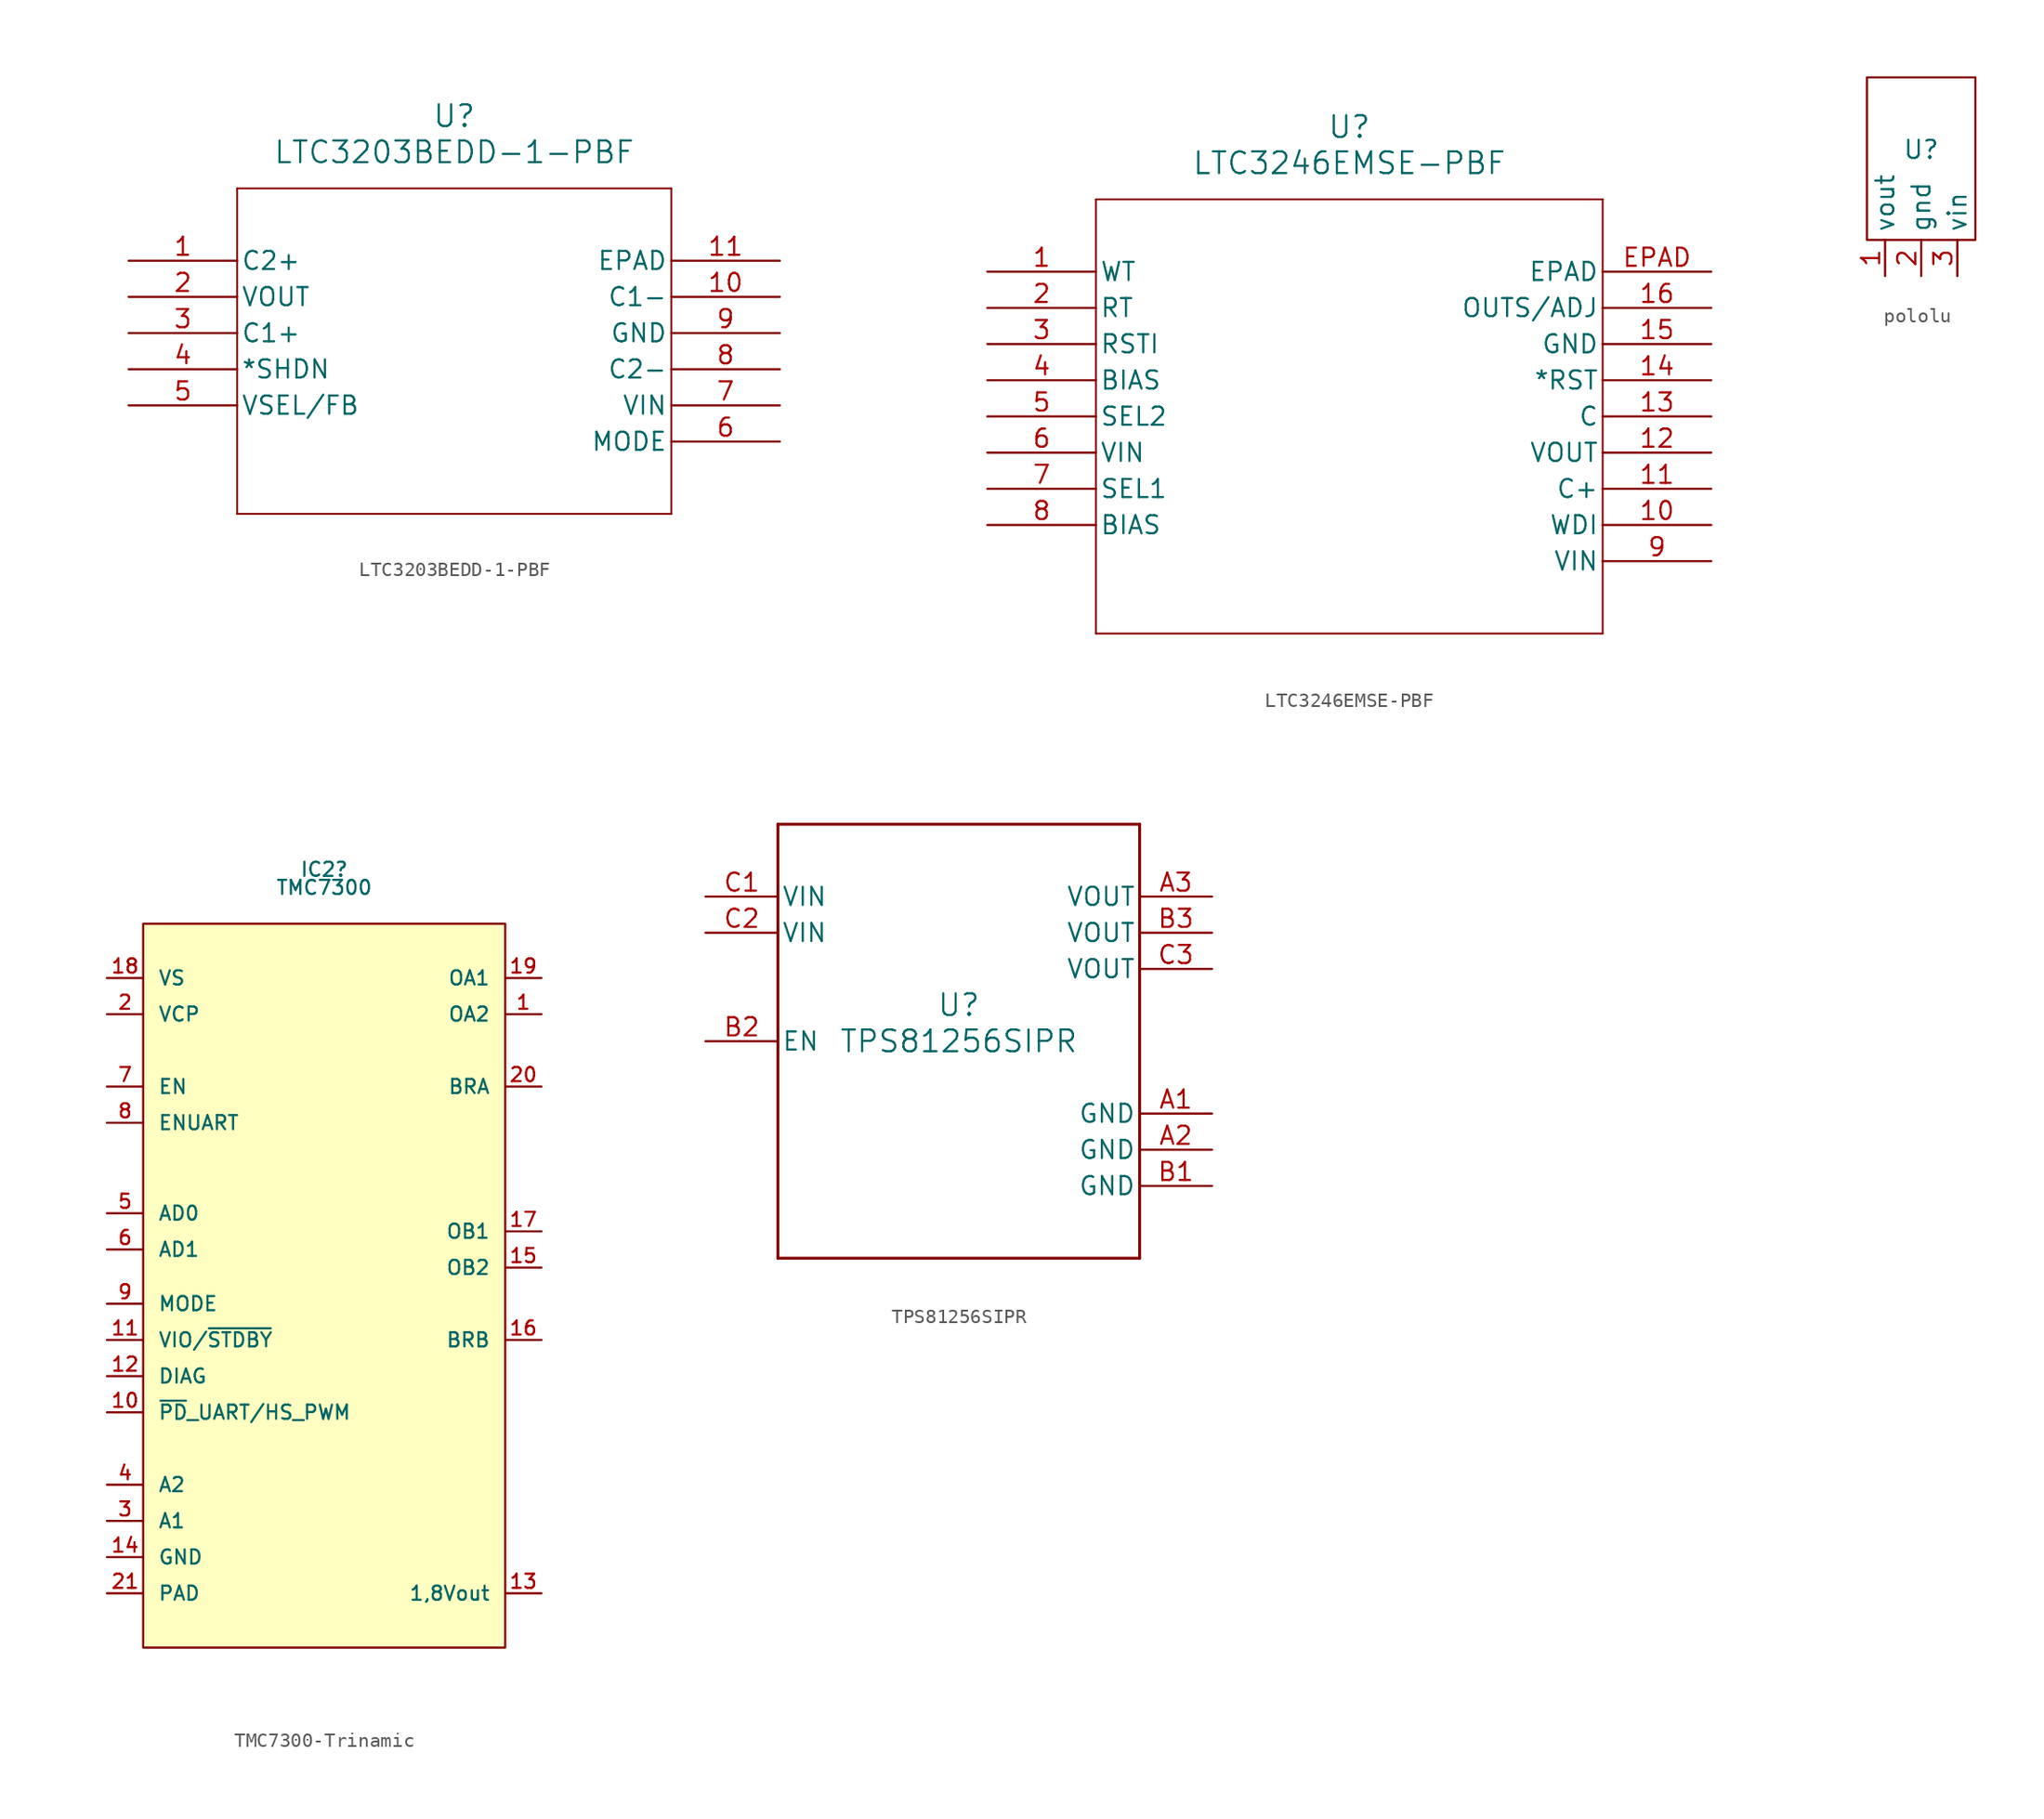
<source format=kicad_sym>
(kicad_symbol_lib
  (version 20220914)
  (generator kicad_symbol_editor)
  (symbol "LTC3203BEDD-1-PBF"
    (pin_names
      (offset 0.254))
    (property "Reference" "U"
      (at 22.86 10.16 0)
      (effects (font (size 1.524 1.524))))
    (property "Value" "LTC3203BEDD-1-PBF"
      (at 22.86 7.62 0)
      (effects (font (size 1.524 1.524))))
    (symbol "LTC3203BEDD-1-PBF_0_1"
      (polyline (pts (xy 7.62 -17.78) (xy 38.1 -17.78)) (stroke (width 0.127) (type default)) (fill (type none)))
      (polyline (pts (xy 7.62 5.08) (xy 7.62 -17.78)) (stroke (width 0.127) (type default)) (fill (type none)))
      (polyline (pts (xy 38.1 -17.78) (xy 38.1 5.08)) (stroke (width 0.127) (type default)) (fill (type none)))
      (polyline (pts (xy 38.1 5.08) (xy 7.62 5.08)) (stroke (width 0.127) (type default)) (fill (type none)))
      (pin unspecified line (at 0 0 0) (length 7.62) (name "C2+" (effects (font (size 1.27 1.27)))) (number "1" (effects (font (size 1.27 1.27)))))
      (pin unspecified line (at 45.72 -2.54 180) (length 7.62) (name "C1-" (effects (font (size 1.27 1.27)))) (number "10" (effects (font (size 1.27 1.27)))))
      (pin unspecified line (at 45.72 0 180) (length 7.62) (name "EPAD" (effects (font (size 1.27 1.27)))) (number "11" (effects (font (size 1.27 1.27)))))
      (pin output line (at 0 -2.54 0) (length 7.62) (name "VOUT" (effects (font (size 1.27 1.27)))) (number "2" (effects (font (size 1.27 1.27)))))
      (pin unspecified line (at 0 -5.08 0) (length 7.62) (name "C1+" (effects (font (size 1.27 1.27)))) (number "3" (effects (font (size 1.27 1.27)))))
      (pin input line (at 0 -7.62 0) (length 7.62) (name "*SHDN" (effects (font (size 1.27 1.27)))) (number "4" (effects (font (size 1.27 1.27)))))
      (pin output line (at 0 -10.16 0) (length 7.62) (name "VSEL/FB" (effects (font (size 1.27 1.27)))) (number "5" (effects (font (size 1.27 1.27)))))
      (pin input line (at 45.72 -12.7 180) (length 7.62) (name "MODE" (effects (font (size 1.27 1.27)))) (number "6" (effects (font (size 1.27 1.27)))))
      (pin input line (at 45.72 -10.16 180) (length 7.62) (name "VIN" (effects (font (size 1.27 1.27)))) (number "7" (effects (font (size 1.27 1.27)))))
      (pin unspecified line (at 45.72 -7.62 180) (length 7.62) (name "C2-" (effects (font (size 1.27 1.27)))) (number "8" (effects (font (size 1.27 1.27)))))
      (pin power_in line (at 45.72 -5.08 180) (length 7.62) (name "GND" (effects (font (size 1.27 1.27)))) (number "9" (effects (font (size 1.27 1.27)))))))
  (symbol "LTC3246EMSE-PBF"
    (pin_names
      (offset 0.254))
    (property "Reference" "U"
      (at 25.4 10.16 0)
      (effects (font (size 1.524 1.524))))
    (property "Value" "LTC3246EMSE-PBF"
      (at 25.4 7.62 0)
      (effects (font (size 1.524 1.524))))
    (symbol "LTC3246EMSE-PBF_0_1"
      (polyline (pts (xy 7.62 -25.4) (xy 43.18 -25.4)) (stroke (width 0.127) (type default)) (fill (type none)))
      (polyline (pts (xy 7.62 5.08) (xy 7.62 -25.4)) (stroke (width 0.127) (type default)) (fill (type none)))
      (polyline (pts (xy 43.18 -25.4) (xy 43.18 5.08)) (stroke (width 0.127) (type default)) (fill (type none)))
      (polyline (pts (xy 43.18 5.08) (xy 7.62 5.08)) (stroke (width 0.127) (type default)) (fill (type none)))
      (pin unspecified line (at 0 0 0) (length 7.62) (name "WT" (effects (font (size 1.27 1.27)))) (number "1" (effects (font (size 1.27 1.27)))))
      (pin input line (at 50.8 -17.78 180) (length 7.62) (name "WDI" (effects (font (size 1.27 1.27)))) (number "10" (effects (font (size 1.27 1.27)))))
      (pin unspecified line (at 50.8 -15.24 180) (length 7.62) (name "C+" (effects (font (size 1.27 1.27)))) (number "11" (effects (font (size 1.27 1.27)))))
      (pin output line (at 50.8 -12.7 180) (length 7.62) (name "VOUT" (effects (font (size 1.27 1.27)))) (number "12" (effects (font (size 1.27 1.27)))))
      (pin unspecified line (at 50.8 -10.16 180) (length 7.62) (name "C" (effects (font (size 1.27 1.27)))) (number "13" (effects (font (size 1.27 1.27)))))
      (pin output line (at 50.8 -7.62 180) (length 7.62) (name "*RST" (effects (font (size 1.27 1.27)))) (number "14" (effects (font (size 1.27 1.27)))))
      (pin power_out line (at 50.8 -5.08 180) (length 7.62) (name "GND" (effects (font (size 1.27 1.27)))) (number "15" (effects (font (size 1.27 1.27)))))
      (pin output line (at 50.8 -2.54 180) (length 7.62) (name "OUTS/ADJ" (effects (font (size 1.27 1.27)))) (number "16" (effects (font (size 1.27 1.27)))))
      (pin unspecified line (at 0 -2.54 0) (length 7.62) (name "RT" (effects (font (size 1.27 1.27)))) (number "2" (effects (font (size 1.27 1.27)))))
      (pin input line (at 0 -5.08 0) (length 7.62) (name "RSTI" (effects (font (size 1.27 1.27)))) (number "3" (effects (font (size 1.27 1.27)))))
      (pin unspecified line (at 0 -7.62 0) (length 7.62) (name "BIAS" (effects (font (size 1.27 1.27)))) (number "4" (effects (font (size 1.27 1.27)))))
      (pin unspecified line (at 0 -10.16 0) (length 7.62) (name "SEL2" (effects (font (size 1.27 1.27)))) (number "5" (effects (font (size 1.27 1.27)))))
      (pin input line (at 0 -12.7 0) (length 7.62) (name "VIN" (effects (font (size 1.27 1.27)))) (number "6" (effects (font (size 1.27 1.27)))))
      (pin input line (at 0 -15.24 0) (length 7.62) (name "SEL1" (effects (font (size 1.27 1.27)))) (number "7" (effects (font (size 1.27 1.27)))))
      (pin unspecified line (at 0 -17.78 0) (length 7.62) (name "BIAS" (effects (font (size 1.27 1.27)))) (number "8" (effects (font (size 1.27 1.27)))))
      (pin input line (at 50.8 -20.32 180) (length 7.62) (name "VIN" (effects (font (size 1.27 1.27)))) (number "9" (effects (font (size 1.27 1.27)))))
      (pin unspecified line (at 50.8 0 180) (length 7.62) (name "EPAD" (effects (font (size 1.27 1.27)))) (number "EPAD" (effects (font (size 1.27 1.27)))))))
  (symbol "pololu"
    (property "Reference" "U"
      (at 0 0 0)
      (effects (font (size 1.27 1.27))))
    (property "Value" ""
      (at 0 0 0)
      (effects (font (size 1.27 1.27))))
    (symbol "pololu_0_1"
      (rectangle (start -3.81 5.08) (end 3.81 -6.35) (stroke (width 0) (type default)) (fill (type none))))
    (symbol "pololu_1_1"
      (pin power_out line (at -2.54 -8.89 90) (length 2.54) (name "vout" (effects (font (size 1.27 1.27)))) (number "1" (effects (font (size 1.27 1.27)))))
      (pin input line (at 0 -8.89 90) (length 2.54) (name "gnd" (effects (font (size 1.27 1.27)))) (number "2" (effects (font (size 1.27 1.27)))))
      (pin power_in line (at 2.54 -8.89 90) (length 2.54) (name "vin" (effects (font (size 1.27 1.27)))) (number "3" (effects (font (size 1.27 1.27)))))))
  (symbol "TMC7300-Trinamic"
    (pin_names
      (offset 1.016))
    (property "Reference" "IC2"
      (at 0 29.21 0)
      (effects (font (size 0.991 0.991))))
    (property "Value" "TMC7300"
      (at 0 27.94 0)
      (effects (font (size 0.991 0.991))))
    (symbol "TMC7300-Trinamic_0_0"
      (pin unspecified line (at 15.24 19.05 180) (length 2.54) (name "OA2" (effects (font (size 0.991 0.991)))) (number "1" (effects (font (size 0.991 0.991)))))
      (pin unspecified line (at -15.24 -8.89 0) (length 2.54) (name "~{PD}_UART/HS_PWM" (effects (font (size 0.991 0.991)))) (number "10" (effects (font (size 0.991 0.991)))))
      (pin unspecified line (at -15.24 -3.81 0) (length 2.54) (name "VIO/~{STDBY}" (effects (font (size 0.991 0.991)))) (number "11" (effects (font (size 0.991 0.991)))))
      (pin unspecified line (at -15.24 -6.35 0) (length 2.54) (name "DIAG" (effects (font (size 0.991 0.991)))) (number "12" (effects (font (size 0.991 0.991)))))
      (pin unspecified line (at 15.24 -21.59 180) (length 2.54) (name "1,8Vout" (effects (font (size 0.991 0.991)))) (number "13" (effects (font (size 0.991 0.991)))))
      (pin unspecified line (at -15.24 -19.05 0) (length 2.54) (name "GND" (effects (font (size 0.991 0.991)))) (number "14" (effects (font (size 0.991 0.991)))))
      (pin unspecified line (at 15.24 1.27 180) (length 2.54) (name "OB2" (effects (font (size 0.991 0.991)))) (number "15" (effects (font (size 0.991 0.991)))))
      (pin unspecified line (at 15.24 -3.81 180) (length 2.54) (name "BRB" (effects (font (size 0.991 0.991)))) (number "16" (effects (font (size 0.991 0.991)))))
      (pin unspecified line (at 15.24 3.81 180) (length 2.54) (name "OB1" (effects (font (size 0.991 0.991)))) (number "17" (effects (font (size 0.991 0.991)))))
      (pin unspecified line (at -15.24 21.59 0) (length 2.54) (name "VS" (effects (font (size 0.991 0.991)))) (number "18" (effects (font (size 0.991 0.991)))))
      (pin unspecified line (at 15.24 21.59 180) (length 2.54) (name "OA1" (effects (font (size 0.991 0.991)))) (number "19" (effects (font (size 0.991 0.991)))))
      (pin unspecified line (at -15.24 19.05 0) (length 2.54) (name "VCP" (effects (font (size 0.991 0.991)))) (number "2" (effects (font (size 0.991 0.991)))))
      (pin unspecified line (at 15.24 13.97 180) (length 2.54) (name "BRA" (effects (font (size 0.991 0.991)))) (number "20" (effects (font (size 0.991 0.991)))))
      (pin unspecified line (at -15.24 -16.51 0) (length 2.54) (name "A1" (effects (font (size 0.991 0.991)))) (number "3" (effects (font (size 0.991 0.991)))))
      (pin unspecified line (at -15.24 -13.97 0) (length 2.54) (name "A2" (effects (font (size 0.991 0.991)))) (number "4" (effects (font (size 0.991 0.991)))))
      (pin unspecified line (at -15.24 5.08 0) (length 2.54) (name "AD0" (effects (font (size 0.991 0.991)))) (number "5" (effects (font (size 0.991 0.991)))))
      (pin unspecified line (at -15.24 2.54 0) (length 2.54) (name "AD1" (effects (font (size 0.991 0.991)))) (number "6" (effects (font (size 0.991 0.991)))))
      (pin unspecified line (at -15.24 13.97 0) (length 2.54) (name "EN" (effects (font (size 0.991 0.991)))) (number "7" (effects (font (size 0.991 0.991)))))
      (pin unspecified line (at -15.24 11.43 0) (length 2.54) (name "ENUART" (effects (font (size 0.991 0.991)))) (number "8" (effects (font (size 0.991 0.991)))))
      (pin unspecified line (at -15.24 -1.27 0) (length 2.54) (name "MODE" (effects (font (size 0.991 0.991)))) (number "9" (effects (font (size 0.991 0.991))))))
    (symbol "TMC7300-Trinamic_0_1"
      (rectangle (start -12.7 25.4) (end 12.7 -25.4) (stroke (width 0) (type solid)) (fill (type background))))
    (symbol "TMC7300-Trinamic_1_0"
      (pin unspecified line (at -15.24 -21.59 0) (length 2.54) (name "PAD" (effects (font (size 0.991 0.991)))) (number "21" (effects (font (size 0.991 0.991)))))))
  (symbol "TPS81256SIPR"
    (pin_names
      (offset 0.254))
    (property "Reference" "U"
      (at 0 2.54 0)
      (effects (font (size 1.524 1.524))))
    (property "Value" "TPS81256SIPR"
      (at 0 0 0)
      (effects (font (size 1.524 1.524))))
    (property "ki_locked" ""
      (at 0 0 0)
      (effects (font (size 1.27 1.27))))
    (symbol "TPS81256SIPR_0_1"
      (polyline (pts (xy -12.7 -15.24) (xy 12.7 -15.24)) (stroke (width 0.203) (type default)) (fill (type none)))
      (polyline (pts (xy -12.7 15.24) (xy -12.7 -15.24)) (stroke (width 0.203) (type default)) (fill (type none)))
      (polyline (pts (xy 12.7 -15.24) (xy 12.7 15.24)) (stroke (width 0.203) (type default)) (fill (type none)))
      (polyline (pts (xy 12.7 15.24) (xy -12.7 15.24)) (stroke (width 0.203) (type default)) (fill (type none)))
      (pin power_in line (at 17.78 -5.08 180) (length 5.08) (name "GND" (effects (font (size 1.27 1.27)))) (number "A1" (effects (font (size 1.27 1.27)))))
      (pin power_in line (at 17.78 -7.62 180) (length 5.08) (name "GND" (effects (font (size 1.27 1.27)))) (number "A2" (effects (font (size 1.27 1.27)))))
      (pin power_in line (at 17.78 10.16 180) (length 5.08) (name "VOUT" (effects (font (size 1.27 1.27)))) (number "A3" (effects (font (size 1.27 1.27)))))
      (pin power_in line (at 17.78 -10.16 180) (length 5.08) (name "GND" (effects (font (size 1.27 1.27)))) (number "B1" (effects (font (size 1.27 1.27)))))
      (pin input line (at -17.78 0 0) (length 5.08) (name "EN" (effects (font (size 1.27 1.27)))) (number "B2" (effects (font (size 1.27 1.27)))))
      (pin power_in line (at 17.78 7.62 180) (length 5.08) (name "VOUT" (effects (font (size 1.27 1.27)))) (number "B3" (effects (font (size 1.27 1.27)))))
      (pin power_in line (at -17.78 10.16 0) (length 5.08) (name "VIN" (effects (font (size 1.27 1.27)))) (number "C1" (effects (font (size 1.27 1.27)))))
      (pin power_in line (at -17.78 7.62 0) (length 5.08) (name "VIN" (effects (font (size 1.27 1.27)))) (number "C2" (effects (font (size 1.27 1.27)))))
      (pin power_in line (at 17.78 5.08 180) (length 5.08) (name "VOUT" (effects (font (size 1.27 1.27)))) (number "C3" (effects (font (size 1.27 1.27))))))))
</source>
